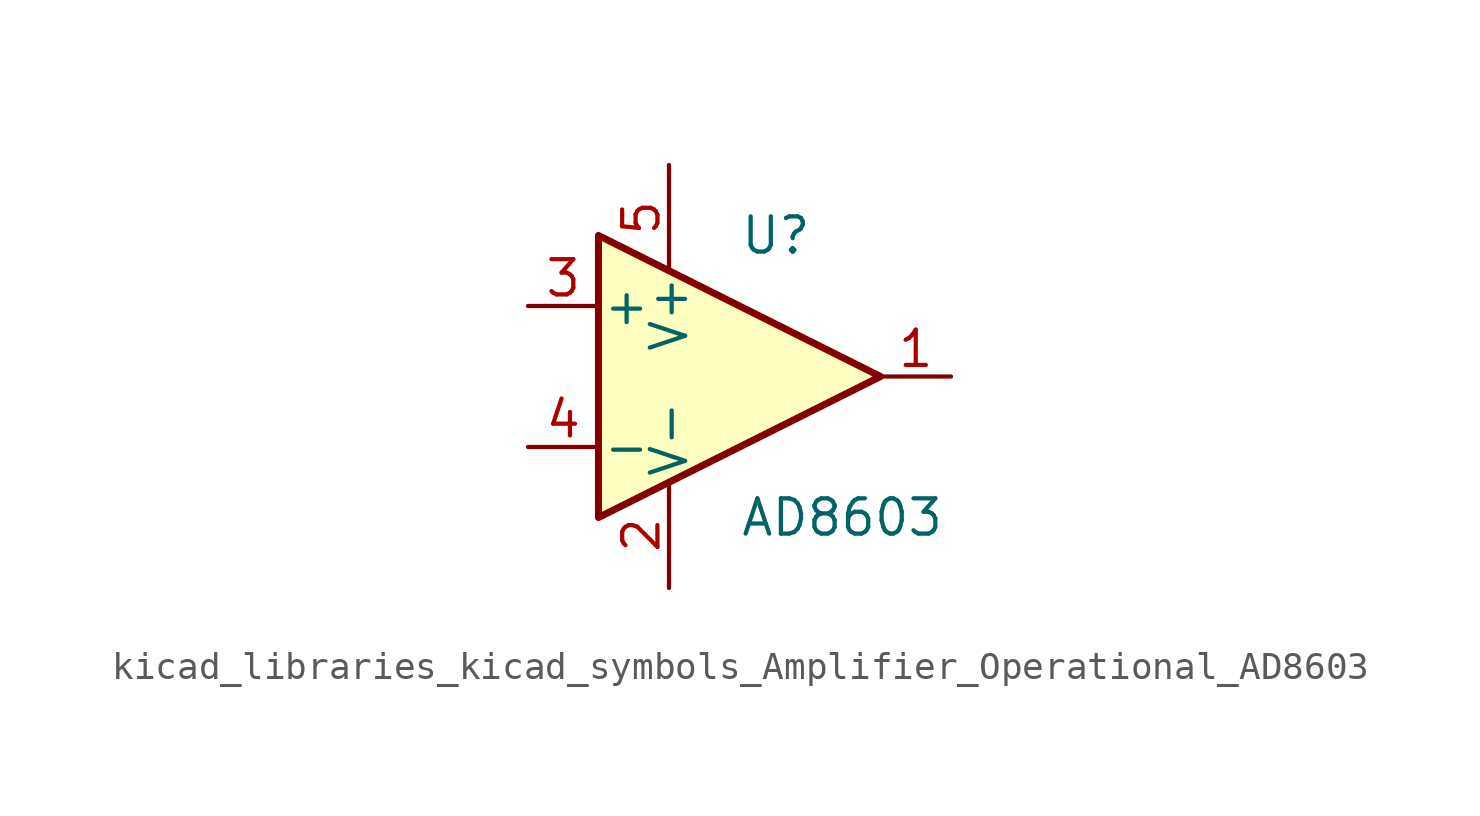
<source format=kicad_sym>
(kicad_symbol_lib
  (version 20220914)
  (generator kicad_symbol_editor)
  (symbol "kicad_libraries_kicad_symbols_Amplifier_Operational_AD8603"
    (pin_names
      (offset 0.127))
    (property "Reference" "U"
      (at 0 5.08 0)
      (effects (font (size 1.27 1.27)) (justify left)))
    (property "Value" "AD8603"
      (at 0 -5.08 0)
      (effects (font (size 1.27 1.27)) (justify left)))
    (symbol "kicad_libraries_kicad_symbols_Amplifier_Operational_AD8603_0_1"
      (polyline (pts (xy -5.08 5.08) (xy 5.08 0) (xy -5.08 -5.08) (xy -5.08 5.08)) (stroke (width 0.254) (type default)) (fill (type background)))
      (pin power_in line (at -2.54 -7.62 90) (length 3.81) (name "V-" (effects (font (size 1.27 1.27)))) (number "2" (effects (font (size 1.27 1.27)))))
      (pin power_in line (at -2.54 7.62 270) (length 3.81) (name "V+" (effects (font (size 1.27 1.27)))) (number "5" (effects (font (size 1.27 1.27))))))
    (symbol "kicad_libraries_kicad_symbols_Amplifier_Operational_AD8603_1_1"
      (pin output line (at 7.62 0 180) (length 2.54) (name "~" (effects (font (size 1.27 1.27)))) (number "1" (effects (font (size 1.27 1.27)))))
      (pin input line (at -7.62 2.54 0) (length 2.54) (name "+" (effects (font (size 1.27 1.27)))) (number "3" (effects (font (size 1.27 1.27)))))
      (pin input line (at -7.62 -2.54 0) (length 2.54) (name "-" (effects (font (size 1.27 1.27)))) (number "4" (effects (font (size 1.27 1.27))))))))
</source>
